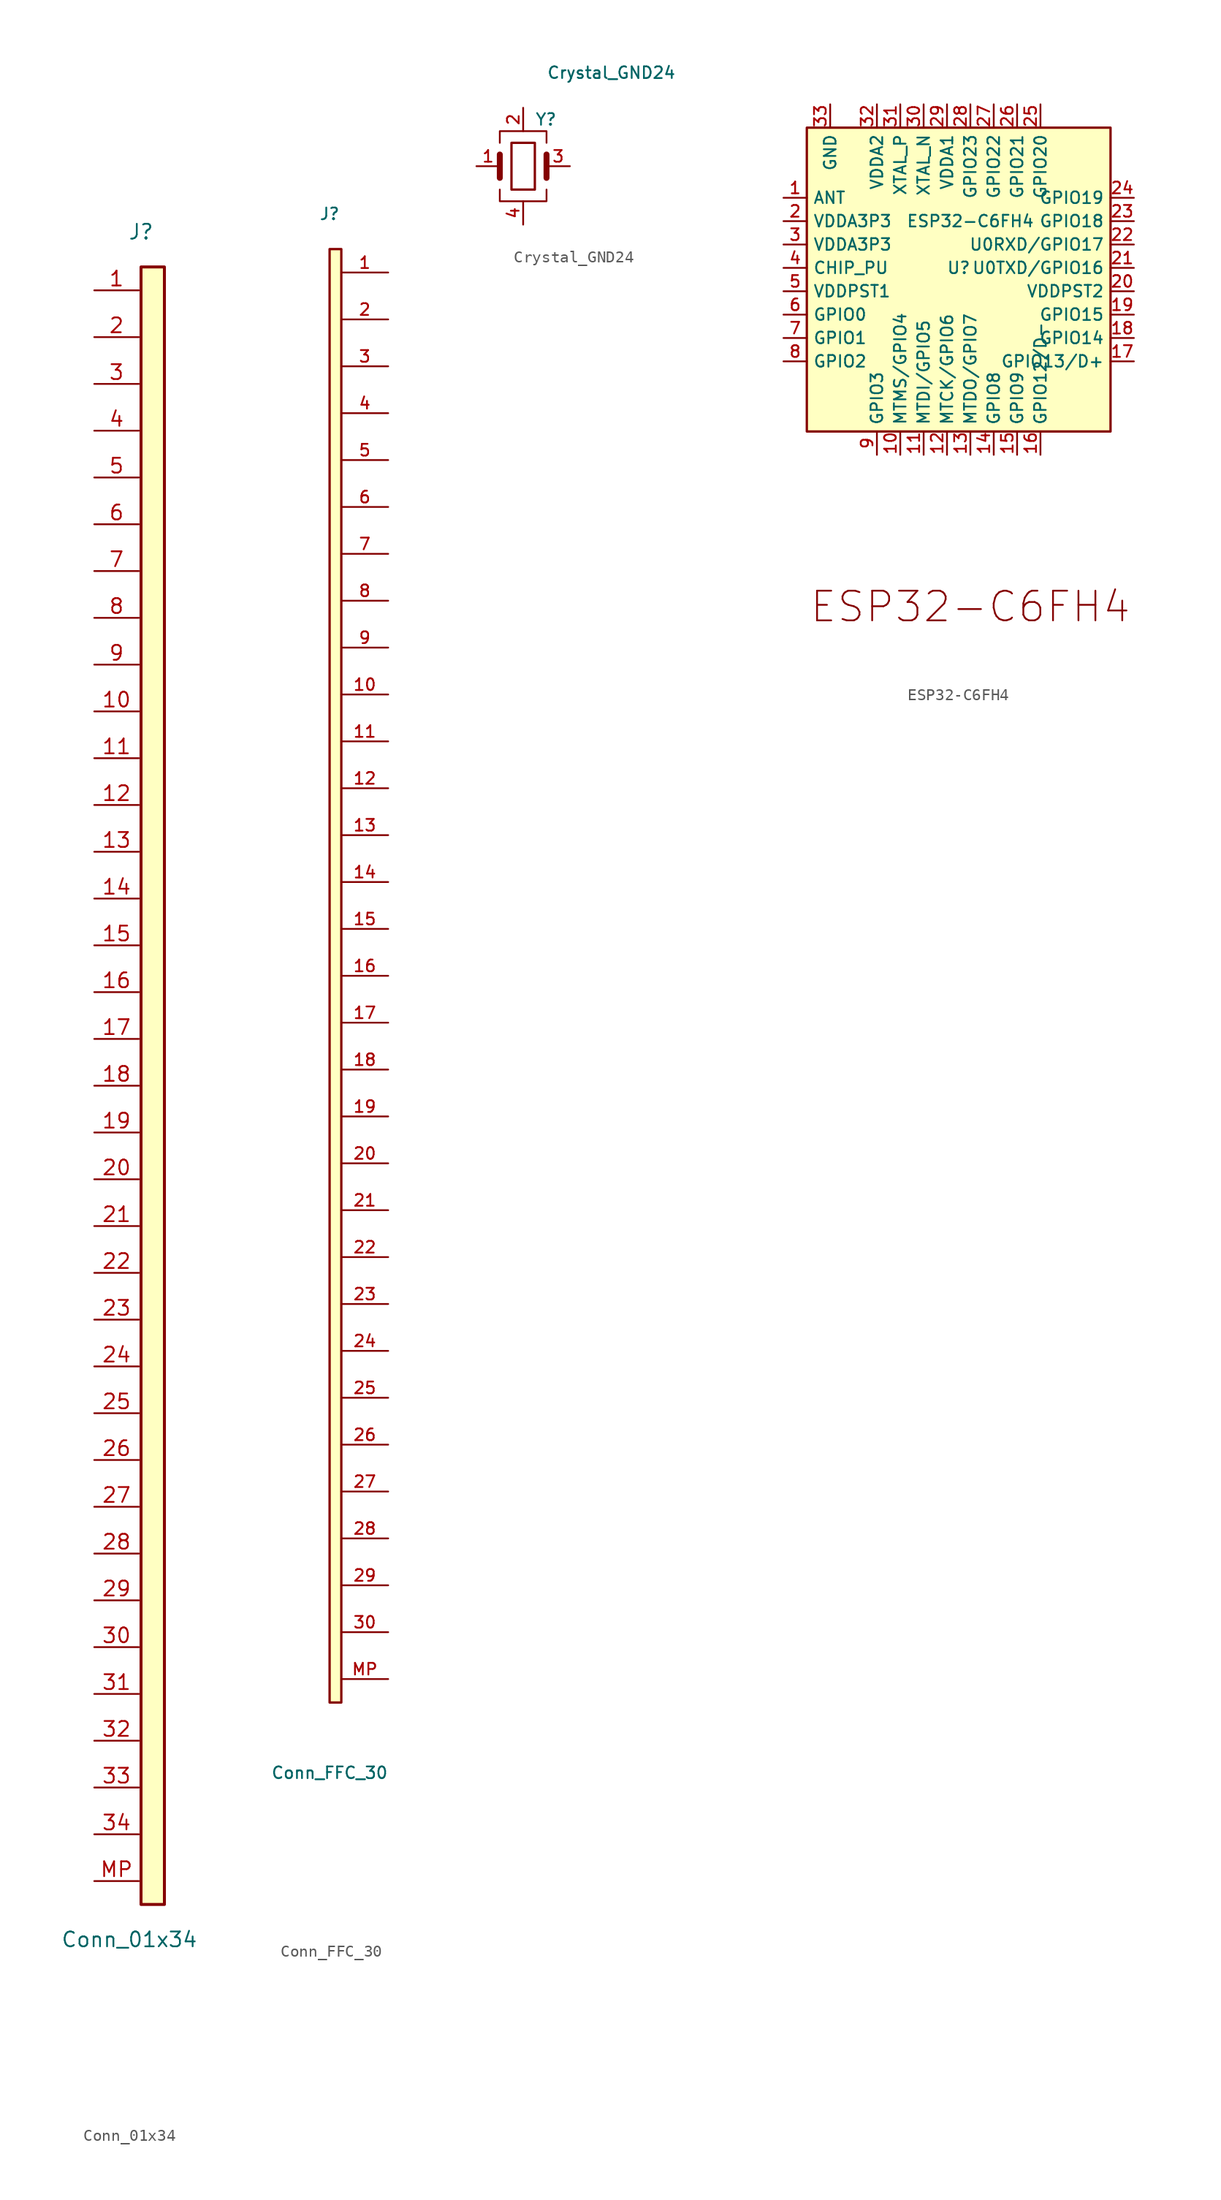
<source format=kicad_sym>
(kicad_symbol_lib
  (version 20231120)
  (generator "kicad_symbol_editor")
  (generator_version "8.0")
  (symbol "Conn_01x34"
    (pin_names
      (offset 1.016) hide)
    (property "Reference" "J"
      (at -20 65 0)
      (effects (font (size 1.27 1.27))))
    (property "Value" "Conn_01x34"
      (at -21 -81 0)
      (effects (font (size 1.27 1.27))))
    (symbol "Conn_01x34_1_1"
      (rectangle (start -20 62) (end -18 -78) (stroke (width 0.254) (type default)) (fill (type background)))
      (pin passive line (at -24 60 0) (length 3.81) (name "Pin_1" (effects (font (size 1.27 1.27)))) (number "1" (effects (font (size 1.27 1.27)))))
      (pin passive line (at -24 24 0) (length 3.81) (name "Pin_10" (effects (font (size 1.27 1.27)))) (number "10" (effects (font (size 1.27 1.27)))))
      (pin passive line (at -24 20 0) (length 3.81) (name "Pin_11" (effects (font (size 1.27 1.27)))) (number "11" (effects (font (size 1.27 1.27)))))
      (pin passive line (at -24 16 0) (length 3.81) (name "Pin_12" (effects (font (size 1.27 1.27)))) (number "12" (effects (font (size 1.27 1.27)))))
      (pin passive line (at -24 12 0) (length 3.81) (name "Pin_13" (effects (font (size 1.27 1.27)))) (number "13" (effects (font (size 1.27 1.27)))))
      (pin passive line (at -24 8 0) (length 3.81) (name "Pin_14" (effects (font (size 1.27 1.27)))) (number "14" (effects (font (size 1.27 1.27)))))
      (pin passive line (at -24 4 0) (length 3.81) (name "Pin_15" (effects (font (size 1.27 1.27)))) (number "15" (effects (font (size 1.27 1.27)))))
      (pin passive line (at -24 0 0) (length 3.81) (name "Pin_16" (effects (font (size 1.27 1.27)))) (number "16" (effects (font (size 1.27 1.27)))))
      (pin passive line (at -24 -4 0) (length 3.81) (name "Pin_17" (effects (font (size 1.27 1.27)))) (number "17" (effects (font (size 1.27 1.27)))))
      (pin passive line (at -24 -8 0) (length 3.81) (name "Pin_18" (effects (font (size 1.27 1.27)))) (number "18" (effects (font (size 1.27 1.27)))))
      (pin passive line (at -24 -12 0) (length 3.81) (name "Pin_19" (effects (font (size 1.27 1.27)))) (number "19" (effects (font (size 1.27 1.27)))))
      (pin passive line (at -24 56 0) (length 3.81) (name "Pin_2" (effects (font (size 1.27 1.27)))) (number "2" (effects (font (size 1.27 1.27)))))
      (pin passive line (at -24 -16 0) (length 3.81) (name "Pin_20" (effects (font (size 1.27 1.27)))) (number "20" (effects (font (size 1.27 1.27)))))
      (pin passive line (at -24 -20 0) (length 3.81) (name "Pin_21" (effects (font (size 1.27 1.27)))) (number "21" (effects (font (size 1.27 1.27)))))
      (pin passive line (at -24 -24 0) (length 3.81) (name "Pin_22" (effects (font (size 1.27 1.27)))) (number "22" (effects (font (size 1.27 1.27)))))
      (pin passive line (at -24 -28 0) (length 3.81) (name "Pin_23" (effects (font (size 1.27 1.27)))) (number "23" (effects (font (size 1.27 1.27)))))
      (pin passive line (at -24 -32 0) (length 3.81) (name "Pin_24" (effects (font (size 1.27 1.27)))) (number "24" (effects (font (size 1.27 1.27)))))
      (pin passive line (at -24 -36 0) (length 3.81) (name "Pin_25" (effects (font (size 1.27 1.27)))) (number "25" (effects (font (size 1.27 1.27)))))
      (pin passive line (at -24 -40 0) (length 3.81) (name "Pin_26" (effects (font (size 1.27 1.27)))) (number "26" (effects (font (size 1.27 1.27)))))
      (pin passive line (at -24 -44 0) (length 3.81) (name "Pin_27" (effects (font (size 1.27 1.27)))) (number "27" (effects (font (size 1.27 1.27)))))
      (pin passive line (at -24 -48 0) (length 3.81) (name "Pin_28" (effects (font (size 1.27 1.27)))) (number "28" (effects (font (size 1.27 1.27)))))
      (pin passive line (at -24 -52 0) (length 3.81) (name "Pin_29" (effects (font (size 1.27 1.27)))) (number "29" (effects (font (size 1.27 1.27)))))
      (pin passive line (at -24 52 0) (length 3.81) (name "Pin_3" (effects (font (size 1.27 1.27)))) (number "3" (effects (font (size 1.27 1.27)))))
      (pin passive line (at -24 -56 0) (length 3.81) (name "Pin_30" (effects (font (size 1.27 1.27)))) (number "30" (effects (font (size 1.27 1.27)))))
      (pin passive line (at -24 -60 0) (length 3.81) (name "Pin_31" (effects (font (size 1.27 1.27)))) (number "31" (effects (font (size 1.27 1.27)))))
      (pin passive line (at -24 -64 0) (length 3.81) (name "Pin_32" (effects (font (size 1.27 1.27)))) (number "32" (effects (font (size 1.27 1.27)))))
      (pin passive line (at -24 -68 0) (length 3.81) (name "Pin_33" (effects (font (size 1.27 1.27)))) (number "33" (effects (font (size 1.27 1.27)))))
      (pin passive line (at -24 -72 0) (length 3.81) (name "Pin_34" (effects (font (size 1.27 1.27)))) (number "34" (effects (font (size 1.27 1.27)))))
      (pin passive line (at -24 48 0) (length 3.81) (name "Pin_4" (effects (font (size 1.27 1.27)))) (number "4" (effects (font (size 1.27 1.27)))))
      (pin passive line (at -24 44 0) (length 3.81) (name "Pin_5" (effects (font (size 1.27 1.27)))) (number "5" (effects (font (size 1.27 1.27)))))
      (pin passive line (at -24 40 0) (length 3.81) (name "Pin_6" (effects (font (size 1.27 1.27)))) (number "6" (effects (font (size 1.27 1.27)))))
      (pin passive line (at -24 36 0) (length 3.81) (name "Pin_7" (effects (font (size 1.27 1.27)))) (number "7" (effects (font (size 1.27 1.27)))))
      (pin passive line (at -24 32 0) (length 3.81) (name "Pin_8" (effects (font (size 1.27 1.27)))) (number "8" (effects (font (size 1.27 1.27)))))
      (pin passive line (at -24 28 0) (length 3.81) (name "Pin_9" (effects (font (size 1.27 1.27)))) (number "9" (effects (font (size 1.27 1.27)))))
      (pin passive line (at -24 -76 0) (length 3.81) (name "Pin_MP" (effects (font (size 1.27 1.27)))) (number "MP" (effects (font (size 1.27 1.27)))))))
  (symbol "Conn_FFC_30"
    (pin_names
      (offset 1.016) hide)
    (property "Reference" "J"
      (at -20 65 0)
      (effects (font (size 1 1))))
    (property "Value" "Conn_FFC_30"
      (at -20 -68 0)
      (effects (font (size 1 1))))
    (symbol "Conn_FFC_30_1_1"
      (rectangle (start -20 62) (end -19 -62) (stroke (width 0.2) (type default)) (fill (type background)))
      (pin passive line (at -15 60 180) (length 4) (name "Pin_1" (effects (font (size 1 1)))) (number "1" (effects (font (size 1 1)))))
      (pin passive line (at -15 24 180) (length 4) (name "Pin_10" (effects (font (size 1 1)))) (number "10" (effects (font (size 1 1)))))
      (pin passive line (at -15 20 180) (length 4) (name "Pin_11" (effects (font (size 1 1)))) (number "11" (effects (font (size 1 1)))))
      (pin passive line (at -15 16 180) (length 4) (name "Pin_12" (effects (font (size 1 1)))) (number "12" (effects (font (size 1 1)))))
      (pin passive line (at -15 12 180) (length 4) (name "Pin_13" (effects (font (size 1 1)))) (number "13" (effects (font (size 1 1)))))
      (pin passive line (at -15 8 180) (length 4) (name "Pin_14" (effects (font (size 1 1)))) (number "14" (effects (font (size 1 1)))))
      (pin passive line (at -15 4 180) (length 4) (name "Pin_15" (effects (font (size 1 1)))) (number "15" (effects (font (size 1 1)))))
      (pin passive line (at -15 0 180) (length 4) (name "Pin_16" (effects (font (size 1 1)))) (number "16" (effects (font (size 1 1)))))
      (pin passive line (at -15 -4 180) (length 4) (name "Pin_17" (effects (font (size 1 1)))) (number "17" (effects (font (size 1 1)))))
      (pin passive line (at -15 -8 180) (length 4) (name "Pin_18" (effects (font (size 1 1)))) (number "18" (effects (font (size 1 1)))))
      (pin passive line (at -15 -12 180) (length 4) (name "Pin_19" (effects (font (size 1 1)))) (number "19" (effects (font (size 1 1)))))
      (pin passive line (at -15 56 180) (length 4) (name "Pin_2" (effects (font (size 1 1)))) (number "2" (effects (font (size 1 1)))))
      (pin passive line (at -15 -16 180) (length 4) (name "Pin_20" (effects (font (size 1 1)))) (number "20" (effects (font (size 1 1)))))
      (pin passive line (at -15 -20 180) (length 4) (name "Pin_21" (effects (font (size 1 1)))) (number "21" (effects (font (size 1 1)))))
      (pin passive line (at -15 -24 180) (length 4) (name "Pin_22" (effects (font (size 1 1)))) (number "22" (effects (font (size 1 1)))))
      (pin passive line (at -15 -28 180) (length 4) (name "Pin_23" (effects (font (size 1 1)))) (number "23" (effects (font (size 1 1)))))
      (pin passive line (at -15 -32 180) (length 4) (name "Pin_24" (effects (font (size 1 1)))) (number "24" (effects (font (size 1 1)))))
      (pin passive line (at -15 -36 180) (length 4) (name "Pin_25" (effects (font (size 1 1)))) (number "25" (effects (font (size 1 1)))))
      (pin passive line (at -15 -40 180) (length 4) (name "Pin_26" (effects (font (size 1 1)))) (number "26" (effects (font (size 1 1)))))
      (pin passive line (at -15 -44 180) (length 4) (name "Pin_27" (effects (font (size 1 1)))) (number "27" (effects (font (size 1 1)))))
      (pin passive line (at -15 -48 180) (length 4) (name "Pin_28" (effects (font (size 1 1)))) (number "28" (effects (font (size 1 1)))))
      (pin passive line (at -15 -52 180) (length 4) (name "Pin_29" (effects (font (size 1 1)))) (number "29" (effects (font (size 1 1)))))
      (pin passive line (at -15 52 180) (length 4) (name "Pin_3" (effects (font (size 1 1)))) (number "3" (effects (font (size 1 1)))))
      (pin passive line (at -15 -56 180) (length 4) (name "Pin_30" (effects (font (size 1 1)))) (number "30" (effects (font (size 1 1)))))
      (pin passive line (at -15 48 180) (length 4) (name "Pin_4" (effects (font (size 1 1)))) (number "4" (effects (font (size 1 1)))))
      (pin passive line (at -15 44 180) (length 4) (name "Pin_5" (effects (font (size 1 1)))) (number "5" (effects (font (size 1 1)))))
      (pin passive line (at -15 40 180) (length 4) (name "Pin_6" (effects (font (size 1 1)))) (number "6" (effects (font (size 1 1)))))
      (pin passive line (at -15 36 180) (length 4) (name "Pin_7" (effects (font (size 1 1)))) (number "7" (effects (font (size 1 1)))))
      (pin passive line (at -15 32 180) (length 4) (name "Pin_8" (effects (font (size 1 1)))) (number "8" (effects (font (size 1 1)))))
      (pin passive line (at -15 28 180) (length 4) (name "Pin_9" (effects (font (size 1 1)))) (number "9" (effects (font (size 1 1)))))
      (pin passive line (at -15 -60 180) (length 4) (name "Pin_MP" (effects (font (size 1 1)))) (number "MP" (effects (font (size 1 1)))))))
  (symbol "Crystal_GND24"
    (pin_names
      (offset 1.016) hide)
    (property "Reference" "Y"
      (at 1 4 0)
      (effects (font (size 1 1)) (justify left)))
    (property "Value" "Crystal_GND24"
      (at 2 8 0)
      (effects (font (size 1 1)) (justify left)))
    (symbol "Crystal_GND24_0_1"
      (polyline (pts (xy -2 -1) (xy -2 1)) (stroke (width 0.508) (type default)) (fill (type none)))
      (polyline (pts (xy 2 -1) (xy 2 1)) (stroke (width 0.508) (type default)) (fill (type none)))
      (polyline (pts (xy -2 -2) (xy -2 -3) (xy 2 -3) (xy 2 -2)) (stroke (width 0) (type default)) (fill (type none)))
      (polyline (pts (xy -2 2) (xy -2 3) (xy 2 3) (xy 2 2)) (stroke (width 0) (type default)) (fill (type none))))
    (symbol "Crystal_GND24_1_1"
      (rectangle (start -1 2) (end 1 -2) (stroke (width 0.2) (type default)) (fill (type none)))
      (pin passive line (at -4 0 0) (length 2) (name "1" (effects (font (size 1 1)))) (number "1" (effects (font (size 1 1)))))
      (pin passive line (at 0 5 270) (length 2) (name "2" (effects (font (size 1 1)))) (number "2" (effects (font (size 1 1)))))
      (pin passive line (at 4 0 180) (length 2) (name "3" (effects (font (size 1 1)))) (number "3" (effects (font (size 1 1)))))
      (pin passive line (at 0 -5 90) (length 2) (name "4" (effects (font (size 1 1)))) (number "4" (effects (font (size 1 1)))))))
  (symbol "ESP32-C6FH4"
    (property "Reference" "U"
      (at -1 2 0)
      (effects (font (size 1 1))))
    (property "Value" "ESP32-C6FH4"
      (at 0 6 0)
      (effects (font (size 1 1))))
    (symbol "ESP32-C6FH4_0_0"
      (text "ESP32-C6FH4" (at 0 -27 0) (effects (font (size 2.54 2.54)))))
    (symbol "ESP32-C6FH4_1_1"
      (rectangle (start -14 14) (end 12 -12) (stroke (width 0.2) (type default)) (fill (type background)))
      (pin bidirectional line (at -16 8 0) (length 2) (name "ANT" (effects (font (size 1 1)))) (number "1" (effects (font (size 1 1)))))
      (pin bidirectional line (at -6 -14 90) (length 2) (name "MTMS/GPIO4" (effects (font (size 1 1)))) (number "10" (effects (font (size 1 1)))))
      (pin bidirectional line (at -4 -14 90) (length 2) (name "MTDI/GPIO5" (effects (font (size 1 1)))) (number "11" (effects (font (size 1 1)))))
      (pin bidirectional line (at -2 -14 90) (length 2) (name "MTCK/GPIO6" (effects (font (size 1 1)))) (number "12" (effects (font (size 1 1)))))
      (pin bidirectional line (at 0 -14 90) (length 2) (name "MTDO/GPIO7" (effects (font (size 1 1)))) (number "13" (effects (font (size 1 1)))))
      (pin bidirectional line (at 2 -14 90) (length 2) (name "GPIO8" (effects (font (size 1 1)))) (number "14" (effects (font (size 1 1)))))
      (pin bidirectional line (at 4 -14 90) (length 2) (name "GPIO9" (effects (font (size 1 1)))) (number "15" (effects (font (size 1 1)))))
      (pin bidirectional line (at 6 -14 90) (length 2) (name "GPIO12/D-" (effects (font (size 1 1)))) (number "16" (effects (font (size 1 1)))))
      (pin bidirectional line (at 14 -6 180) (length 2) (name "GPIO13/D+" (effects (font (size 1 1)))) (number "17" (effects (font (size 1 1)))))
      (pin bidirectional line (at 14 -4 180) (length 2) (name "GPIO14" (effects (font (size 1 1)))) (number "18" (effects (font (size 1 1)))))
      (pin bidirectional line (at 14 -2 180) (length 2) (name "GPIO15" (effects (font (size 1 1)))) (number "19" (effects (font (size 1 1)))))
      (pin power_in line (at -16 6 0) (length 2) (name "VDDA3P3" (effects (font (size 1 1)))) (number "2" (effects (font (size 1 1)))))
      (pin power_in line (at 14 0 180) (length 2) (name "VDDPST2" (effects (font (size 1 1)))) (number "20" (effects (font (size 1 1)))))
      (pin bidirectional line (at 14 2 180) (length 2) (name "U0TXD/GPIO16" (effects (font (size 1 1)))) (number "21" (effects (font (size 1 1)))))
      (pin bidirectional line (at 14 4 180) (length 2) (name "U0RXD/GPIO17" (effects (font (size 1 1)))) (number "22" (effects (font (size 1 1)))))
      (pin bidirectional line (at 14 6 180) (length 2) (name "GPIO18" (effects (font (size 1 1)))) (number "23" (effects (font (size 1 1)))))
      (pin bidirectional line (at 14 8 180) (length 2) (name "GPIO19" (effects (font (size 1 1)))) (number "24" (effects (font (size 1 1)))))
      (pin bidirectional line (at 6 16 270) (length 2) (name "GPIO20" (effects (font (size 1 1)))) (number "25" (effects (font (size 1 1)))))
      (pin bidirectional line (at 4 16 270) (length 2) (name "GPIO21" (effects (font (size 1 1)))) (number "26" (effects (font (size 1 1)))))
      (pin bidirectional line (at 2 16 270) (length 2) (name "GPIO22" (effects (font (size 1 1)))) (number "27" (effects (font (size 1 1)))))
      (pin bidirectional line (at 0 16 270) (length 2) (name "GPIO23" (effects (font (size 1 1)))) (number "28" (effects (font (size 1 1)))))
      (pin power_in line (at -2 16 270) (length 2) (name "VDDA1" (effects (font (size 1 1)))) (number "29" (effects (font (size 1 1)))))
      (pin power_in line (at -16 4 0) (length 2) (name "VDDA3P3" (effects (font (size 1 1)))) (number "3" (effects (font (size 1 1)))))
      (pin output line (at -4 16 270) (length 2) (name "XTAL_N" (effects (font (size 1 1)))) (number "30" (effects (font (size 1 1)))))
      (pin input line (at -6 16 270) (length 2) (name "XTAL_P" (effects (font (size 1 1)))) (number "31" (effects (font (size 1 1)))))
      (pin power_in line (at -8 16 270) (length 2) (name "VDDA2" (effects (font (size 1 1)))) (number "32" (effects (font (size 1 1)))))
      (pin power_in line (at -12 16 270) (length 2) (name "GND" (effects (font (size 1 1)))) (number "33" (effects (font (size 1 1)))))
      (pin input line (at -16 2 0) (length 2) (name "CHIP_PU" (effects (font (size 1 1)))) (number "4" (effects (font (size 1 1)))))
      (pin power_in line (at -16 0 0) (length 2) (name "VDDPST1" (effects (font (size 1 1)))) (number "5" (effects (font (size 1 1)))))
      (pin bidirectional line (at -16 -2 0) (length 2) (name "GPIO0" (effects (font (size 1 1)))) (number "6" (effects (font (size 1 1)))))
      (pin bidirectional line (at -16 -4 0) (length 2) (name "GPIO1" (effects (font (size 1 1)))) (number "7" (effects (font (size 1 1)))))
      (pin bidirectional line (at -16 -6 0) (length 2) (name "GPIO2" (effects (font (size 1 1)))) (number "8" (effects (font (size 1 1)))))
      (pin bidirectional line (at -8 -14 90) (length 2) (name "GPIO3" (effects (font (size 1 1)))) (number "9" (effects (font (size 1 1))))))))
</source>
